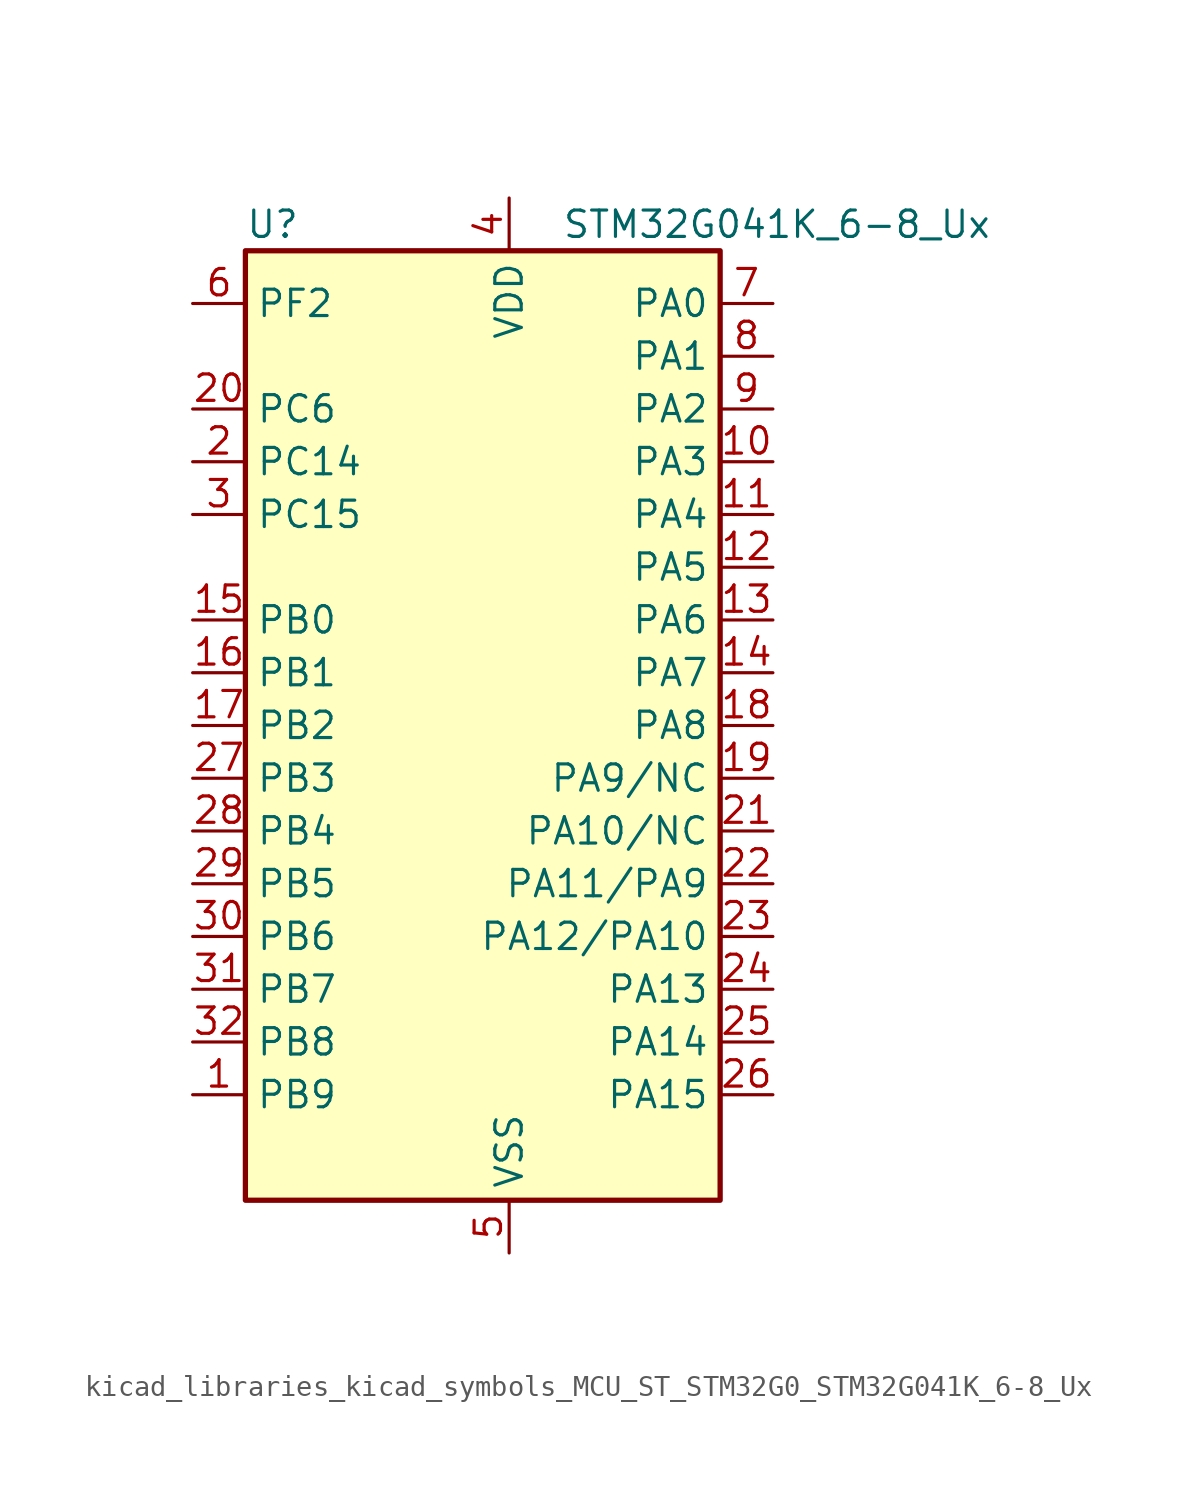
<source format=kicad_sym>
(kicad_symbol_lib
  (version 20220914)
  (generator kicad_symbol_editor)
  (symbol "kicad_libraries_kicad_symbols_MCU_ST_STM32G0_STM32G041K_6-8_Ux"
    (property "Reference" "U"
      (at -10.16 24.13 0)
      (effects (font (size 1.27 1.27)) (justify left)))
    (property "Value" "STM32G041K_6-8_Ux"
      (at 5.08 24.13 0)
      (effects (font (size 1.27 1.27)) (justify left)))
    (property "ki_locked" ""
      (at 0 0 0)
      (effects (font (size 1.27 1.27))))
    (symbol "kicad_libraries_kicad_symbols_MCU_ST_STM32G0_STM32G041K_6-8_Ux_0_1"
      (rectangle (start -10.16 -22.86) (end 12.7 22.86) (stroke (width 0.254) (type default)) (fill (type background))))
    (symbol "kicad_libraries_kicad_symbols_MCU_ST_STM32G0_STM32G041K_6-8_Ux_1_1"
      (pin bidirectional line (at -12.7 -17.78 0) (length 2.54) (name "PB9" (effects (font (size 1.27 1.27)))) (number "1" (effects (font (size 1.27 1.27)))) (alternate "I2C1_SDA" bidirectional line) (alternate "IR_OUT" bidirectional line) (alternate "SPI2_NSS" bidirectional line) (alternate "TIM17_CH1" bidirectional line))
      (pin bidirectional line (at 15.24 12.7 180) (length 2.54) (name "PA3" (effects (font (size 1.27 1.27)))) (number "10" (effects (font (size 1.27 1.27)))) (alternate "ADC1_IN3" bidirectional line) (alternate "LPUART1_RX" bidirectional line) (alternate "SPI2_MISO" bidirectional line) (alternate "TIM2_CH4" bidirectional line) (alternate "USART2_RX" bidirectional line))
      (pin bidirectional line (at 15.24 10.16 180) (length 2.54) (name "PA4" (effects (font (size 1.27 1.27)))) (number "11" (effects (font (size 1.27 1.27)))) (alternate "ADC1_IN4" bidirectional line) (alternate "I2S1_WS" bidirectional line) (alternate "LPTIM2_OUT" bidirectional line) (alternate "RTC_OUT_ALARM" bidirectional line) (alternate "RTC_OUT_CALIB" bidirectional line) (alternate "RTC_TAMP_IN1" bidirectional line) (alternate "RTC_TS" bidirectional line) (alternate "SPI1_NSS" bidirectional line) (alternate "SPI2_MOSI" bidirectional line) (alternate "SYS_WKUP2" bidirectional line) (alternate "TIM14_CH1" bidirectional line))
      (pin bidirectional line (at 15.24 7.62 180) (length 2.54) (name "PA5" (effects (font (size 1.27 1.27)))) (number "12" (effects (font (size 1.27 1.27)))) (alternate "ADC1_IN5" bidirectional line) (alternate "I2S1_CK" bidirectional line) (alternate "LPTIM2_ETR" bidirectional line) (alternate "SPI1_SCK" bidirectional line) (alternate "TIM2_CH1" bidirectional line) (alternate "TIM2_ETR" bidirectional line))
      (pin bidirectional line (at 15.24 5.08 180) (length 2.54) (name "PA6" (effects (font (size 1.27 1.27)))) (number "13" (effects (font (size 1.27 1.27)))) (alternate "ADC1_IN6" bidirectional line) (alternate "I2S1_MCK" bidirectional line) (alternate "LPUART1_CTS" bidirectional line) (alternate "SPI1_MISO" bidirectional line) (alternate "TIM16_CH1" bidirectional line) (alternate "TIM1_BK" bidirectional line) (alternate "TIM3_CH1" bidirectional line))
      (pin bidirectional line (at 15.24 2.54 180) (length 2.54) (name "PA7" (effects (font (size 1.27 1.27)))) (number "14" (effects (font (size 1.27 1.27)))) (alternate "ADC1_IN7" bidirectional line) (alternate "I2S1_SD" bidirectional line) (alternate "SPI1_MOSI" bidirectional line) (alternate "TIM14_CH1" bidirectional line) (alternate "TIM17_CH1" bidirectional line) (alternate "TIM1_CH1N" bidirectional line) (alternate "TIM3_CH2" bidirectional line))
      (pin bidirectional line (at -12.7 5.08 0) (length 2.54) (name "PB0" (effects (font (size 1.27 1.27)))) (number "15" (effects (font (size 1.27 1.27)))) (alternate "ADC1_IN8" bidirectional line) (alternate "I2S1_WS" bidirectional line) (alternate "LPTIM1_OUT" bidirectional line) (alternate "SPI1_NSS" bidirectional line) (alternate "TIM1_CH2N" bidirectional line) (alternate "TIM3_CH3" bidirectional line))
      (pin bidirectional line (at -12.7 2.54 0) (length 2.54) (name "PB1" (effects (font (size 1.27 1.27)))) (number "16" (effects (font (size 1.27 1.27)))) (alternate "ADC1_IN9" bidirectional line) (alternate "LPTIM2_IN1" bidirectional line) (alternate "LPUART1_DE" bidirectional line) (alternate "LPUART1_RTS" bidirectional line) (alternate "TIM14_CH1" bidirectional line) (alternate "TIM1_CH3N" bidirectional line) (alternate "TIM3_CH4" bidirectional line))
      (pin bidirectional line (at -12.7 0 0) (length 2.54) (name "PB2" (effects (font (size 1.27 1.27)))) (number "17" (effects (font (size 1.27 1.27)))) (alternate "ADC1_IN10" bidirectional line) (alternate "LPTIM1_OUT" bidirectional line) (alternate "SPI2_MISO" bidirectional line))
      (pin bidirectional line (at 15.24 0 180) (length 2.54) (name "PA8" (effects (font (size 1.27 1.27)))) (number "18" (effects (font (size 1.27 1.27)))) (alternate "LPTIM2_OUT" bidirectional line) (alternate "RCC_MCO" bidirectional line) (alternate "SPI2_NSS" bidirectional line) (alternate "TIM1_CH1" bidirectional line))
      (pin bidirectional line (at 15.24 -2.54 180) (length 2.54) (name "PA9/NC" (effects (font (size 1.27 1.27)))) (number "19" (effects (font (size 1.27 1.27)))) (alternate "I2C1_SCL" bidirectional line) (alternate "RCC_MCO" bidirectional line) (alternate "SPI2_MISO" bidirectional line) (alternate "TIM1_CH2" bidirectional line) (alternate "USART1_TX" bidirectional line))
      (pin bidirectional line (at -12.7 12.7 0) (length 2.54) (name "PC14" (effects (font (size 1.27 1.27)))) (number "2" (effects (font (size 1.27 1.27)))) (alternate "RCC_OSC32_IN" bidirectional line) (alternate "RCC_OSC_IN" bidirectional line) (alternate "TIM1_BK2" bidirectional line))
      (pin bidirectional line (at -12.7 15.24 0) (length 2.54) (name "PC6" (effects (font (size 1.27 1.27)))) (number "20" (effects (font (size 1.27 1.27)))) (alternate "TIM2_CH3" bidirectional line) (alternate "TIM3_CH1" bidirectional line))
      (pin bidirectional line (at 15.24 -5.08 180) (length 2.54) (name "PA10/NC" (effects (font (size 1.27 1.27)))) (number "21" (effects (font (size 1.27 1.27)))) (alternate "I2C1_SDA" bidirectional line) (alternate "SPI2_MOSI" bidirectional line) (alternate "TIM17_BK" bidirectional line) (alternate "TIM1_CH3" bidirectional line) (alternate "USART1_RX" bidirectional line))
      (pin bidirectional line (at 15.24 -7.62 180) (length 2.54) (name "PA11/PA9" (effects (font (size 1.27 1.27)))) (number "22" (effects (font (size 1.27 1.27)))) (alternate "ADC1_EXTI11" bidirectional line) (alternate "ADC1_IN15" bidirectional line) (alternate "I2C2_SCL" bidirectional line) (alternate "I2S1_MCK" bidirectional line) (alternate "SPI1_MISO" bidirectional line) (alternate "TIM1_BK2" bidirectional line) (alternate "TIM1_CH4" bidirectional line) (alternate "USART1_CTS" bidirectional line) (alternate "USART1_NSS" bidirectional line))
      (pin bidirectional line (at 15.24 -10.16 180) (length 2.54) (name "PA12/PA10" (effects (font (size 1.27 1.27)))) (number "23" (effects (font (size 1.27 1.27)))) (alternate "ADC1_IN16" bidirectional line) (alternate "I2C2_SDA" bidirectional line) (alternate "I2S1_SD" bidirectional line) (alternate "I2S_CKIN" bidirectional line) (alternate "SPI1_MOSI" bidirectional line) (alternate "TIM1_ETR" bidirectional line) (alternate "USART1_CK" bidirectional line) (alternate "USART1_DE" bidirectional line) (alternate "USART1_RTS" bidirectional line))
      (pin bidirectional line (at 15.24 -12.7 180) (length 2.54) (name "PA13" (effects (font (size 1.27 1.27)))) (number "24" (effects (font (size 1.27 1.27)))) (alternate "ADC1_IN17" bidirectional line) (alternate "IR_OUT" bidirectional line) (alternate "SYS_SWDIO" bidirectional line))
      (pin bidirectional line (at 15.24 -15.24 180) (length 2.54) (name "PA14" (effects (font (size 1.27 1.27)))) (number "25" (effects (font (size 1.27 1.27)))) (alternate "ADC1_IN18" bidirectional line) (alternate "SYS_SWCLK" bidirectional line) (alternate "USART2_TX" bidirectional line))
      (pin bidirectional line (at 15.24 -17.78 180) (length 2.54) (name "PA15" (effects (font (size 1.27 1.27)))) (number "26" (effects (font (size 1.27 1.27)))) (alternate "I2S1_WS" bidirectional line) (alternate "SPI1_NSS" bidirectional line) (alternate "TIM2_CH1" bidirectional line) (alternate "TIM2_ETR" bidirectional line) (alternate "USART2_RX" bidirectional line))
      (pin bidirectional line (at -12.7 -2.54 0) (length 2.54) (name "PB3" (effects (font (size 1.27 1.27)))) (number "27" (effects (font (size 1.27 1.27)))) (alternate "I2S1_CK" bidirectional line) (alternate "SPI1_SCK" bidirectional line) (alternate "TIM1_CH2" bidirectional line) (alternate "TIM2_CH2" bidirectional line) (alternate "USART1_CK" bidirectional line) (alternate "USART1_DE" bidirectional line) (alternate "USART1_RTS" bidirectional line))
      (pin bidirectional line (at -12.7 -5.08 0) (length 2.54) (name "PB4" (effects (font (size 1.27 1.27)))) (number "28" (effects (font (size 1.27 1.27)))) (alternate "I2S1_MCK" bidirectional line) (alternate "SPI1_MISO" bidirectional line) (alternate "TIM17_BK" bidirectional line) (alternate "TIM3_CH1" bidirectional line) (alternate "USART1_CTS" bidirectional line) (alternate "USART1_NSS" bidirectional line))
      (pin bidirectional line (at -12.7 -7.62 0) (length 2.54) (name "PB5" (effects (font (size 1.27 1.27)))) (number "29" (effects (font (size 1.27 1.27)))) (alternate "I2C1_SMBA" bidirectional line) (alternate "I2S1_SD" bidirectional line) (alternate "LPTIM1_IN1" bidirectional line) (alternate "SPI1_MOSI" bidirectional line) (alternate "SYS_WKUP6" bidirectional line) (alternate "TIM16_BK" bidirectional line) (alternate "TIM3_CH2" bidirectional line))
      (pin bidirectional line (at -12.7 10.16 0) (length 2.54) (name "PC15" (effects (font (size 1.27 1.27)))) (number "3" (effects (font (size 1.27 1.27)))) (alternate "RCC_OSC32_EN" bidirectional line) (alternate "RCC_OSC32_OUT" bidirectional line) (alternate "RCC_OSC_EN" bidirectional line))
      (pin bidirectional line (at -12.7 -10.16 0) (length 2.54) (name "PB6" (effects (font (size 1.27 1.27)))) (number "30" (effects (font (size 1.27 1.27)))) (alternate "I2C1_SCL" bidirectional line) (alternate "LPTIM1_ETR" bidirectional line) (alternate "SPI2_MISO" bidirectional line) (alternate "TIM16_CH1N" bidirectional line) (alternate "TIM1_CH3" bidirectional line) (alternate "USART1_TX" bidirectional line))
      (pin bidirectional line (at -12.7 -12.7 0) (length 2.54) (name "PB7" (effects (font (size 1.27 1.27)))) (number "31" (effects (font (size 1.27 1.27)))) (alternate "ADC1_IN11" bidirectional line) (alternate "I2C1_SDA" bidirectional line) (alternate "LPTIM1_IN2" bidirectional line) (alternate "SPI2_MOSI" bidirectional line) (alternate "SYS_PVD_IN" bidirectional line) (alternate "TIM17_CH1N" bidirectional line) (alternate "USART1_RX" bidirectional line))
      (pin bidirectional line (at -12.7 -15.24 0) (length 2.54) (name "PB8" (effects (font (size 1.27 1.27)))) (number "32" (effects (font (size 1.27 1.27)))) (alternate "I2C1_SCL" bidirectional line) (alternate "SPI2_SCK" bidirectional line) (alternate "TIM16_CH1" bidirectional line))
      (pin passive line (at 2.54 -25.4 90) (length 2.54) hide (name "VSS" (effects (font (size 1.27 1.27)))) (number "33" (effects (font (size 1.27 1.27)))))
      (pin power_in line (at 2.54 25.4 270) (length 2.54) (name "VDD" (effects (font (size 1.27 1.27)))) (number "4" (effects (font (size 1.27 1.27)))))
      (pin power_in line (at 2.54 -25.4 90) (length 2.54) (name "VSS" (effects (font (size 1.27 1.27)))) (number "5" (effects (font (size 1.27 1.27)))))
      (pin bidirectional line (at -12.7 20.32 0) (length 2.54) (name "PF2" (effects (font (size 1.27 1.27)))) (number "6" (effects (font (size 1.27 1.27)))) (alternate "RCC_MCO" bidirectional line))
      (pin bidirectional line (at 15.24 20.32 180) (length 2.54) (name "PA0" (effects (font (size 1.27 1.27)))) (number "7" (effects (font (size 1.27 1.27)))) (alternate "ADC1_IN0" bidirectional line) (alternate "LPTIM1_OUT" bidirectional line) (alternate "RTC_TAMP_IN2" bidirectional line) (alternate "SPI2_SCK" bidirectional line) (alternate "SYS_WKUP1" bidirectional line) (alternate "TIM2_CH1" bidirectional line) (alternate "TIM2_ETR" bidirectional line) (alternate "USART2_CTS" bidirectional line) (alternate "USART2_NSS" bidirectional line))
      (pin bidirectional line (at 15.24 17.78 180) (length 2.54) (name "PA1" (effects (font (size 1.27 1.27)))) (number "8" (effects (font (size 1.27 1.27)))) (alternate "ADC1_IN1" bidirectional line) (alternate "I2C1_SMBA" bidirectional line) (alternate "I2S1_CK" bidirectional line) (alternate "SPI1_SCK" bidirectional line) (alternate "TIM2_CH2" bidirectional line) (alternate "USART2_CK" bidirectional line) (alternate "USART2_DE" bidirectional line) (alternate "USART2_RTS" bidirectional line))
      (pin bidirectional line (at 15.24 15.24 180) (length 2.54) (name "PA2" (effects (font (size 1.27 1.27)))) (number "9" (effects (font (size 1.27 1.27)))) (alternate "ADC1_IN2" bidirectional line) (alternate "I2S1_SD" bidirectional line) (alternate "LPUART1_TX" bidirectional line) (alternate "RCC_LSCO" bidirectional line) (alternate "SPI1_MOSI" bidirectional line) (alternate "SYS_WKUP4" bidirectional line) (alternate "TIM2_CH3" bidirectional line) (alternate "USART2_TX" bidirectional line)))))
</source>
